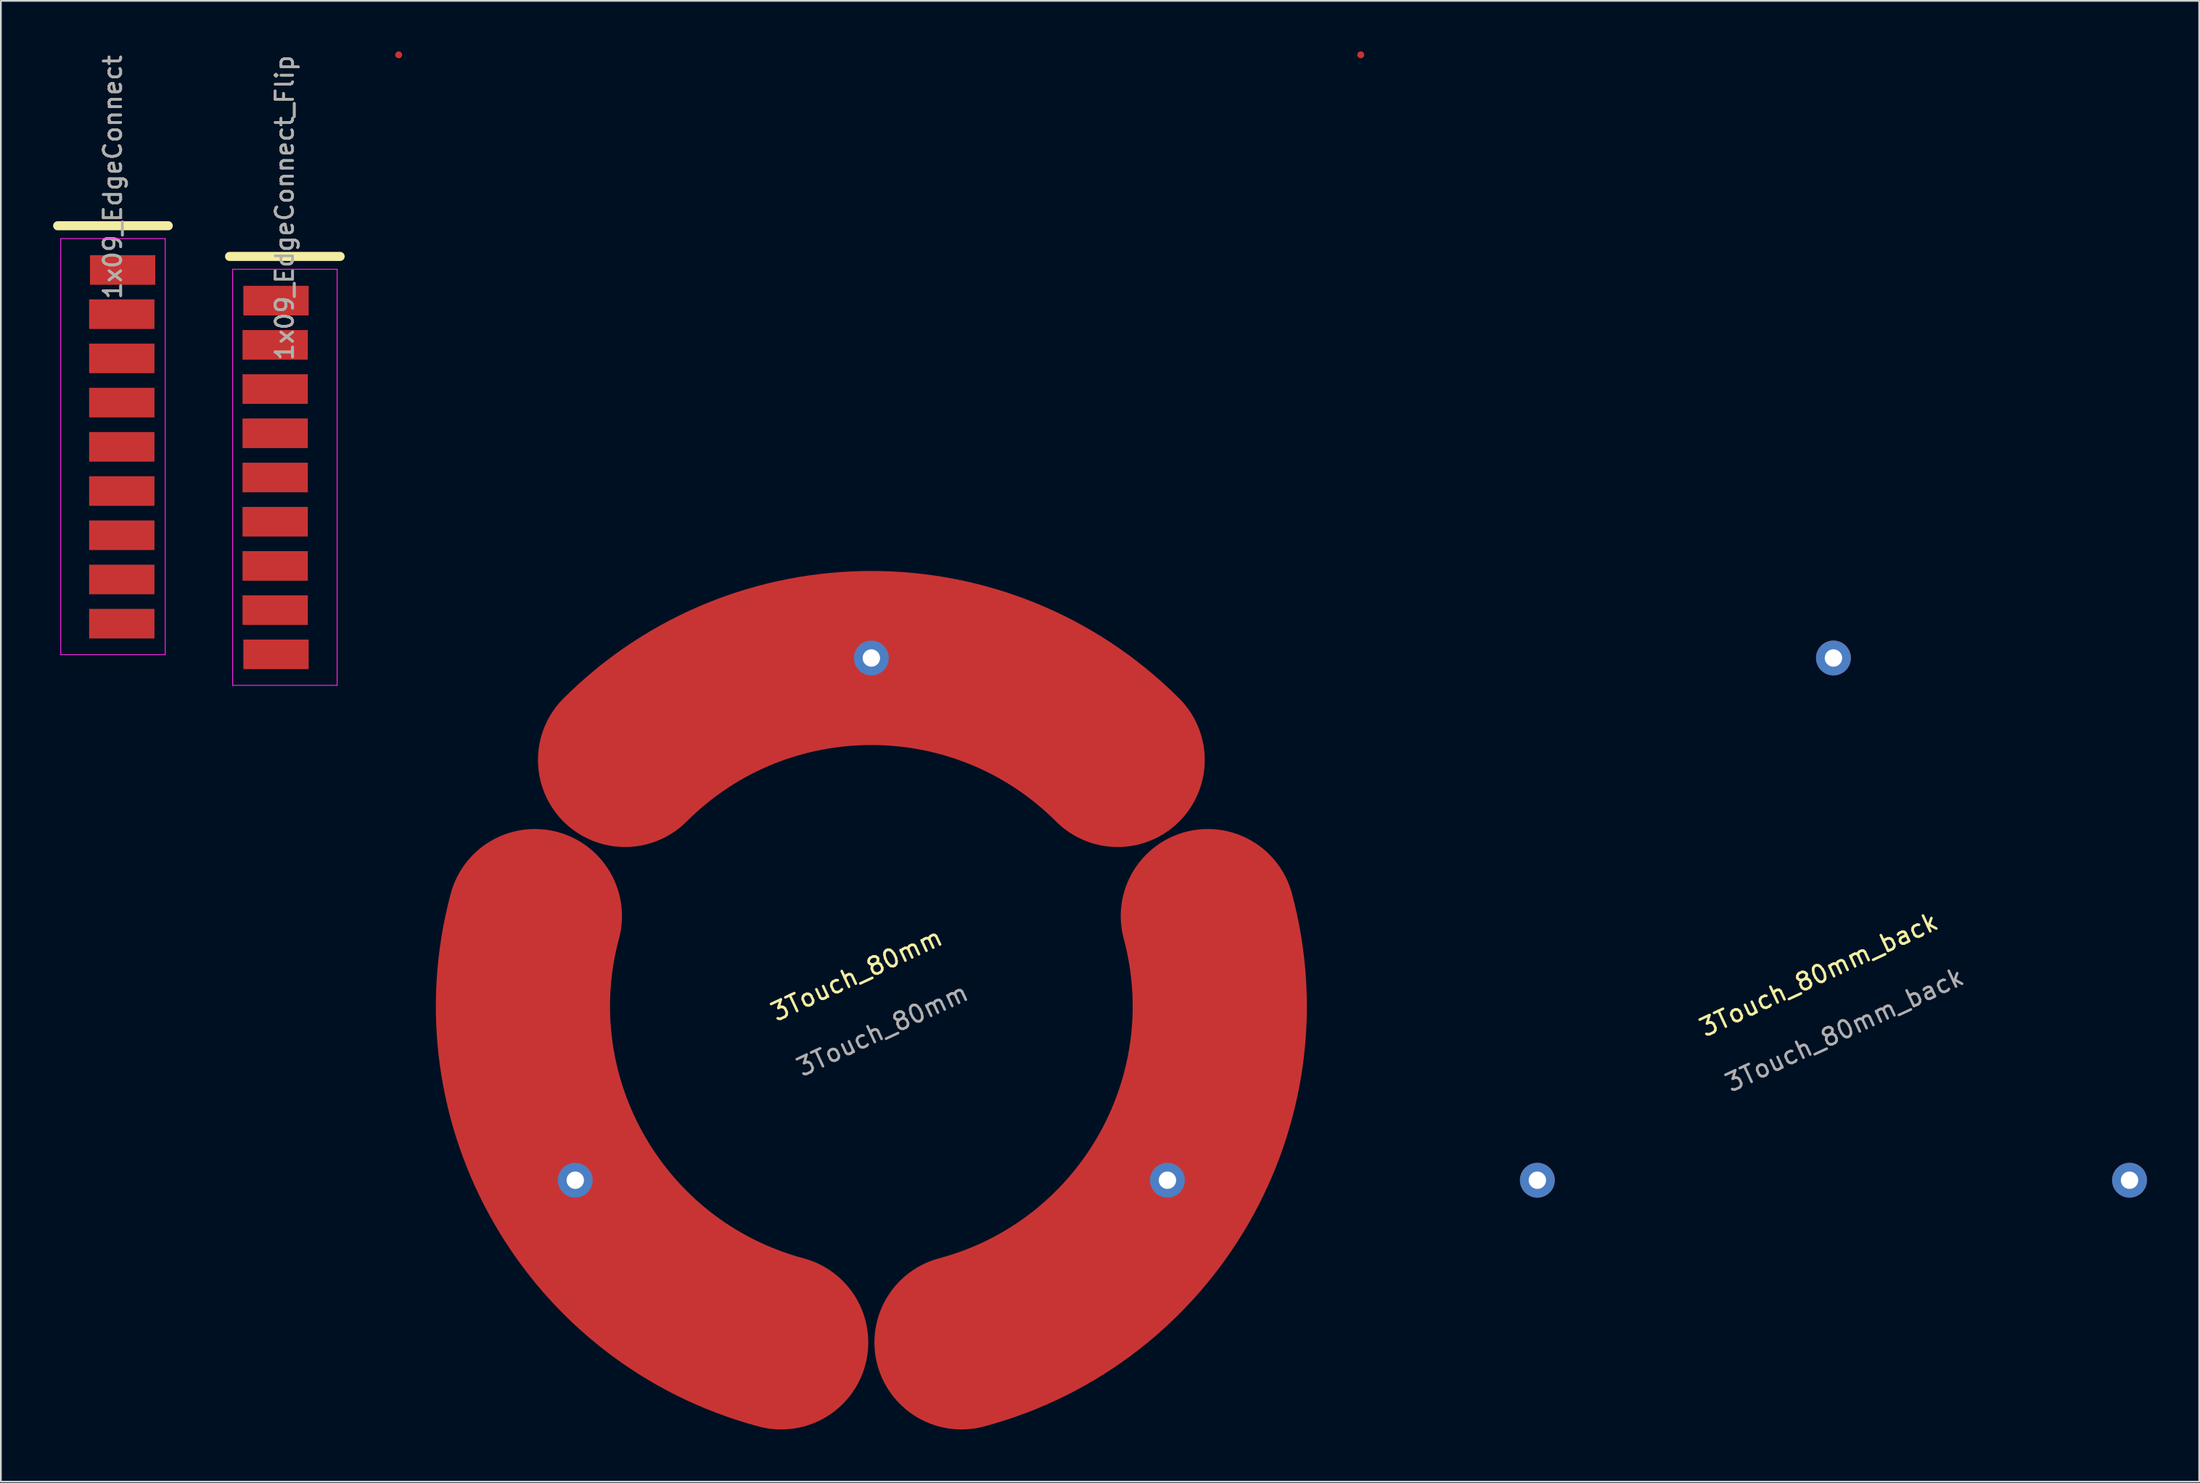
<source format=kicad_pcb>
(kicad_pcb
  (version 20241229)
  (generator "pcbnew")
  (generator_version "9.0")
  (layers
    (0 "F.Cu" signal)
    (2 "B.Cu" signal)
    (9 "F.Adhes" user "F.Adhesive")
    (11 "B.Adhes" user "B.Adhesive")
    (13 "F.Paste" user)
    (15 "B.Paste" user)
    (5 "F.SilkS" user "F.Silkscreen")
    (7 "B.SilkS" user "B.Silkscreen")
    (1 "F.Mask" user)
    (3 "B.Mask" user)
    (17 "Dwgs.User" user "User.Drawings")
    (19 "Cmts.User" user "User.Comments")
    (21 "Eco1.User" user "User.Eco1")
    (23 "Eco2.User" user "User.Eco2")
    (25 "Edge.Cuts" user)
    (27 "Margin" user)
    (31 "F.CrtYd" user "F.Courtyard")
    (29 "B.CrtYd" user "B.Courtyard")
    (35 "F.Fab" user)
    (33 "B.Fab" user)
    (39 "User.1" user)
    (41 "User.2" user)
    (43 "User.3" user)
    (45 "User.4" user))
  (footprint "1x09_EdgeConnect_Flip"
    (layer "F.Cu")
    (at 13.305 24.381)
    (property "Reference" "1x09_EdgeConnect_Flip" (at -0.01 -15.494 270) (layer "F.SilkS") (effects (font (size 1 1) (thickness 0.15))))
    (attr through_hole)
    (fp_line (start -3.175 -12.7) (end 3.175 -12.7) (stroke (width 0.52) (type solid)) (layer "F.SilkS"))
    (fp_line (start -3 -11.96) (end 3 -11.96) (stroke (width 0.05) (type solid)) (layer "F.CrtYd"))
    (fp_line (start -3 11.94) (end -3 -11.96) (stroke (width 0.05) (type solid)) (layer "F.CrtYd"))
    (fp_line (start 3 -11.96) (end 3 11.94) (stroke (width 0.05) (type solid)) (layer "F.CrtYd"))
    (fp_line (start 3 11.94) (end -3 11.94) (stroke (width 0.05) (type solid)) (layer "F.CrtYd"))
    (fp_text user "${REFERENCE}" (at -0.01 -15.494 270) (layer "F.Fab") (effects (font (size 1 1) (thickness 0.15))))
    (pad "1" smd rect (at -0.508 -10.16) (size 3.75 1.7) (layers "F.Cu" "F.Mask" "F.Paste"))
    (pad "2" smd rect (at -0.556 -7.62) (size 3.75 1.7) (layers "F.Cu" "F.Mask" "F.Paste"))
    (pad "3" smd rect (at -0.556 -5.08) (size 3.75 1.7) (layers "F.Cu" "F.Mask" "F.Paste"))
    (pad "4" smd rect (at -0.556 -2.54) (size 3.75 1.7) (layers "F.Cu" "F.Mask" "F.Paste"))
    (pad "5" smd rect (at -0.556 0) (size 3.75 1.7) (layers "F.Cu" "F.Mask" "F.Paste"))
    (pad "6" smd rect (at -0.556 2.54) (size 3.75 1.7) (layers "F.Cu" "F.Mask" "F.Paste"))
    (pad "7" smd rect (at -0.556 5.08) (size 3.75 1.7) (layers "F.Cu" "F.Mask" "F.Paste"))
    (pad "8" smd rect (at -0.556 7.62) (size 3.75 1.7) (layers "F.Cu" "F.Mask" "F.Paste"))
    (pad "9" smd rect (at -0.508 10.16) (size 3.75 1.7) (layers "F.Cu" "F.Mask" "F.Paste")))
  (footprint "3Touch_80mm"
    (layer "F.Cu")
    (at 46.979 54.751)
    (property "Reference" "3Touch_80mm" (at -0.845 -1.813 25) (unlocked yes) (layer "F.SilkS") (effects (font (size 1 1) (thickness 0.15))))
    (attr smd)
    (fp_arc (start -27.139177 -54.65085) (mid -27.139177 -54.65085) (end -27.139177 -54.65085) (stroke (width 0.2) (type solid)) (layer "F.Cu"))
    (fp_arc (start -14.142135 -14.142134) (mid 0 -19.999998) (end 14.142135 -14.142134) (stroke (width 10) (type solid)) (layer "F.Cu"))
    (fp_arc (start -5.176378 19.318511) (mid -17.320504 9.999995) (end -19.318512 -5.176385) (stroke (width 10) (type solid)) (layer "F.Cu"))
    (fp_arc (start 19.318516 -5.176381) (mid 17.320508 10) (end 5.176381 19.318516) (stroke (width 10) (type solid)) (layer "F.Cu"))
    (fp_text user "${REFERENCE}" (at 0.634 1.359 25) (unlocked yes) (layer "F.Fab") (effects (font (size 1 1) (thickness 0.15))))
    (pad "0" thru_hole circle (at 17 10 115) (size 2 2) (drill 1) (layers "*.Cu" "*.Mask"))
    (pad "1" thru_hole circle (at 0 -20 115) (size 2 2) (drill 1) (layers "*.Cu" "*.Mask"))
    (pad "2" thru_hole circle (at -17 10 115) (size 2 2) (drill 1) (layers "*.Cu" "*.Mask")))
  (footprint "3Touch_80mm_back"
    (layer "F.Cu")
    (at 102.218 54.751)
    (property "Reference" "3Touch_80mm_back" (at -0.845 -1.813 25) (unlocked yes) (layer "F.SilkS") (effects (font (size 1 1) (thickness 0.15))))
    (attr smd)
    (fp_arc (start -27.139177 -54.65085) (mid -27.139177 -54.65085) (end -27.139177 -54.65085) (stroke (width 0.2) (type solid)) (layer "F.Cu"))
    (fp_text user "${REFERENCE}" (at 0.634 1.359 25) (unlocked yes) (layer "F.Fab") (effects (font (size 1 1) (thickness 0.15))))
    (pad "0" thru_hole circle (at 17 10 115) (size 2 2) (drill 1) (layers "*.Cu" "*.Mask"))
    (pad "1" thru_hole circle (at 0 -20 115) (size 2 2) (drill 1) (layers "*.Cu" "*.Mask"))
    (pad "2" thru_hole circle (at -17 10 115) (size 2 2) (drill 1) (layers "*.Cu" "*.Mask")))
  (footprint "1x09_EdgeConnect"
    (layer "F.Cu")
    (at 3.435 22.619)
    (property "Reference" "1x09_EdgeConnect" (at -0.01 -15.494 270) (layer "F.SilkS") (effects (font (size 1 1) (thickness 0.15))))
    (attr through_hole)
    (fp_line (start -3.175 -12.7) (end 3.175 -12.7) (stroke (width 0.52) (type solid)) (layer "F.SilkS"))
    (fp_line (start -3 -11.96) (end 3 -11.96) (stroke (width 0.05) (type solid)) (layer "F.CrtYd"))
    (fp_line (start -3 11.94) (end -3 -11.96) (stroke (width 0.05) (type solid)) (layer "F.CrtYd"))
    (fp_line (start 3 -11.96) (end 3 11.94) (stroke (width 0.05) (type solid)) (layer "F.CrtYd"))
    (fp_line (start 3 11.94) (end -3 11.94) (stroke (width 0.05) (type solid)) (layer "F.CrtYd"))
    (fp_text user "${REFERENCE}" (at -0.01 -15.494 270) (layer "F.Fab") (effects (font (size 1 1) (thickness 0.15))))
    (pad "1" smd rect (at 0.556 -10.16) (size 3.75 1.7) (layers "F.Cu" "F.Mask" "F.Paste"))
    (pad "2" smd rect (at 0.508 -7.62) (size 3.75 1.7) (layers "F.Cu" "F.Mask" "F.Paste"))
    (pad "3" smd rect (at 0.508 -5.08) (size 3.75 1.7) (layers "F.Cu" "F.Mask" "F.Paste"))
    (pad "4" smd rect (at 0.508 -2.54) (size 3.75 1.7) (layers "F.Cu" "F.Mask" "F.Paste"))
    (pad "5" smd rect (at 0.508 0) (size 3.75 1.7) (layers "F.Cu" "F.Mask" "F.Paste"))
    (pad "6" smd rect (at 0.508 2.54) (size 3.75 1.7) (layers "F.Cu" "F.Mask" "F.Paste"))
    (pad "7" smd rect (at 0.508 5.08) (size 3.75 1.7) (layers "F.Cu" "F.Mask" "F.Paste"))
    (pad "8" smd rect (at 0.508 7.62) (size 3.75 1.7) (layers "F.Cu" "F.Mask" "F.Paste"))
    (pad "9" smd rect (at 0.508 10.16) (size 3.75 1.7) (layers "F.Cu" "F.Mask" "F.Paste")))
  (gr_rect
    (start -3 -3)
    (end 123.218 82.069)
    (stroke (width 0.1) (type default))
    (fill no)
    (layer "Edge.Cuts")))
</source>
